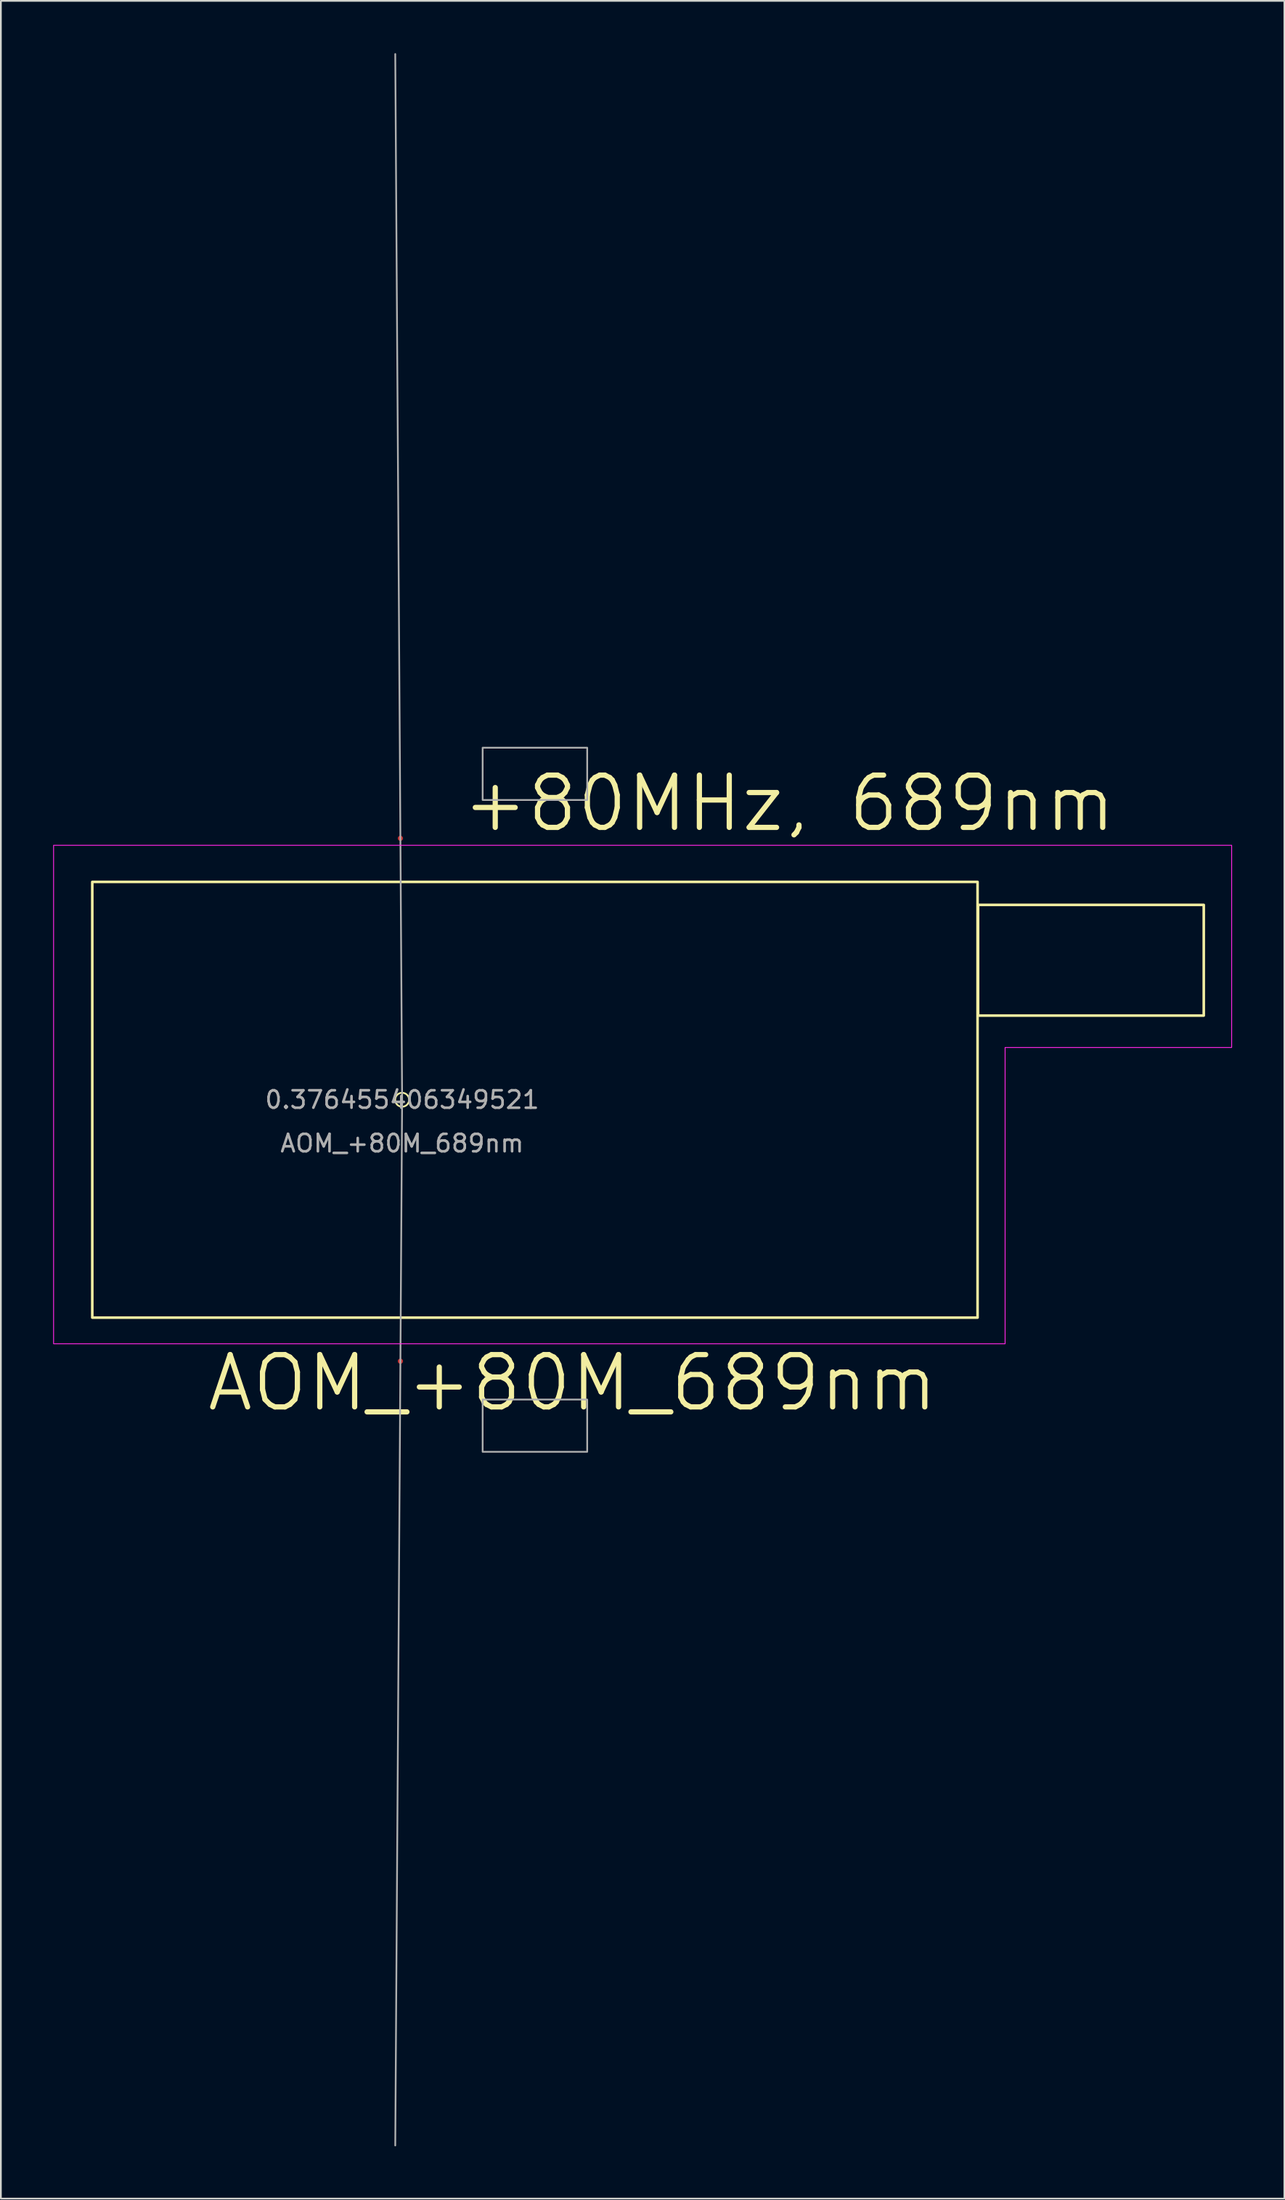
<source format=kicad_pcb>
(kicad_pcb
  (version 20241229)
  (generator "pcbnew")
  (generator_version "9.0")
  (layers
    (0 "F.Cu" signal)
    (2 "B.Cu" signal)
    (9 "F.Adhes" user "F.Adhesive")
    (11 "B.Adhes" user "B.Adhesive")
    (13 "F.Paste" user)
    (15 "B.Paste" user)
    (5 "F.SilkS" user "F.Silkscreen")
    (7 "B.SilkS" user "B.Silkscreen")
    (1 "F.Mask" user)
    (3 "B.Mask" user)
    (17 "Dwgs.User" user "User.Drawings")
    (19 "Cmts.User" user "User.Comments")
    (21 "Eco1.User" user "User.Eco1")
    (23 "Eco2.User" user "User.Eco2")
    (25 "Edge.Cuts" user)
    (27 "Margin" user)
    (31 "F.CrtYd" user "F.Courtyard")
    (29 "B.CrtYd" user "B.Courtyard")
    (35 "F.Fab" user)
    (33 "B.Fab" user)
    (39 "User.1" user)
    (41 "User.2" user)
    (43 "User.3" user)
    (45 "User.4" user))
  (footprint "AOM_+80M_689nm"
    (layer "F.Cu")
    (at 20.025 60.049)
    (property "Reference" "AOM_+80M_689nm" (at 9.775 16.25 0) (unlocked yes) (layer "F.SilkS") (effects (font (size 3 3) (thickness 0.3))))
    (property "Frequency" "+80MHz, 689nm" (at 22.2 -17 0) (layer "F.SilkS") (effects (font (size 3 3) (thickness 0.3))))
    (property "Angle" "0.376455406349521" (at 0 0 0) (layer "F.Fab") (effects (font (size 1 1) (thickness 0.15))))
    (attr smd)
    (fp_rect (start -17.78 -12.5) (end 33.02 12.5) (stroke (width 0.15) (type default)) (fill no) (layer "F.SilkS"))
    (fp_rect (start 33.05 -11.18) (end 46 -4.83) (stroke (width 0.15) (type default)) (fill no) (layer "F.SilkS"))
    (fp_circle (center 0 0) (end 0.4 0) (stroke (width 0.1) (type default)) (fill no) (layer "F.SilkS"))
    (fp_poly (pts (xy -20 -14.6) (xy -20 14) (xy 34.6 14) (xy 34.6 -3) (xy 47.6 -3) (xy 47.6 -14.6)) (stroke (width 0.05) (type solid)) (fill no) (layer "F.CrtYd"))
    (fp_line (start 0 0) (end -0.394 -59.999) (stroke (width 0.1) (type default)) (layer "F.Fab"))
    (fp_line (start 0 0) (end -0.394 59.999) (stroke (width 0.1) (type default)) (layer "F.Fab"))
    (fp_rect (start 4.62 -20.2) (end 10.62 -17.2) (stroke (width 0.1) (type solid)) (fill no) (layer "F.Fab"))
    (fp_rect (start 4.62 17.2) (end 10.62 20.2) (stroke (width 0.1) (type solid)) (fill no) (layer "F.Fab"))
    (fp_text user "${REFERENCE}" (at 0 2.5 0) (unlocked yes) (layer "F.Fab") (effects (font (size 1 1) (thickness 0.15))))
    (pad "1" smd circle (at -0.099 -15) (size 0.3 0.3) (layers "F.Cu" "F.Mask" "F.Paste"))
    (pad "2" smd circle (at -0.099 15) (size 0.3 0.3) (layers "F.Cu" "F.Mask" "F.Paste")))
  (gr_rect
    (start -3 -3)
    (end 70.65 123.097)
    (stroke (width 0.1) (type default))
    (fill no)
    (layer "Edge.Cuts")))
</source>
